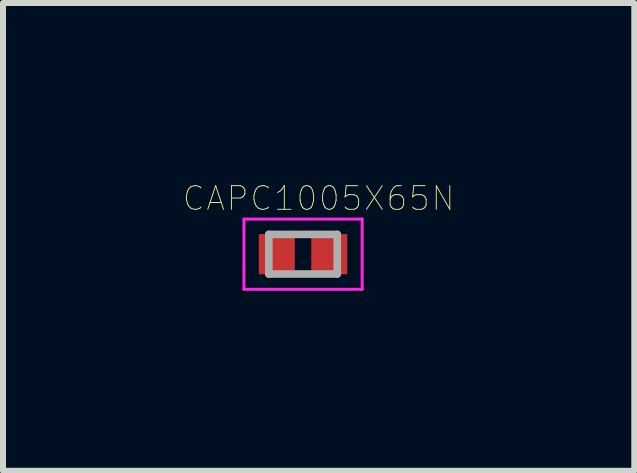
<source format=kicad_pcb>
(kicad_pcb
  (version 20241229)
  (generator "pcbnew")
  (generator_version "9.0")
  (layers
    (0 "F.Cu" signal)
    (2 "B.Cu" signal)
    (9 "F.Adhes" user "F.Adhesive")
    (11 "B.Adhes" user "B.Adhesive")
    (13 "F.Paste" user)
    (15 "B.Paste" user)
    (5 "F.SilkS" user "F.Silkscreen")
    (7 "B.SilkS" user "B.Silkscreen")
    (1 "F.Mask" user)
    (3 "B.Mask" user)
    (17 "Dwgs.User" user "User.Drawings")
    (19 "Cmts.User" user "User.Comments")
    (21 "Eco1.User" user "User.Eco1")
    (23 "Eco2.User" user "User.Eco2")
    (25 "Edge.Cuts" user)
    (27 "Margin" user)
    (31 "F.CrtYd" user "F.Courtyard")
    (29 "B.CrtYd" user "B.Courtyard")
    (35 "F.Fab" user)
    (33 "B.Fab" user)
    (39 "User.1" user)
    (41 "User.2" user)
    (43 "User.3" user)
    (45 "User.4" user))
  (footprint "CAPC1005X65N"
    (layer "F.Cu")
    (at 2.001 1.187)
    (property "Reference" "CAPC1005X65N" (at 0.26 -0.93 0) (layer "F.SilkS") (effects (font (size 0.394 0.394) (thickness 0.015))))
    (attr through_hole)
    (fp_line (start -0.985 -0.585) (end 0.985 -0.585) (stroke (width 0.05) (type solid)) (layer "F.CrtYd"))
    (fp_line (start -0.985 0.585) (end -0.985 -0.585) (stroke (width 0.05) (type solid)) (layer "F.CrtYd"))
    (fp_line (start -0.985 0.585) (end 0.985 0.585) (stroke (width 0.05) (type solid)) (layer "F.CrtYd"))
    (fp_line (start 0.985 0.585) (end 0.985 -0.585) (stroke (width 0.05) (type solid)) (layer "F.CrtYd"))
    (fp_line (start -0.57 0.33) (end -0.57 -0.33) (stroke (width 0.127) (type solid)) (layer "F.Fab"))
    (fp_line (start 0.57 -0.33) (end -0.57 -0.33) (stroke (width 0.127) (type solid)) (layer "F.Fab"))
    (fp_line (start 0.57 0.33) (end -0.57 0.33) (stroke (width 0.127) (type solid)) (layer "F.Fab"))
    (fp_line (start 0.57 0.33) (end 0.57 -0.33) (stroke (width 0.127) (type solid)) (layer "F.Fab"))
    (pad "1" smd rect (at -0.437 0) (size 0.6 0.67) (layers "F.Cu" "F.Mask" "F.Paste"))
    (pad "2" smd rect (at 0.437 0) (size 0.6 0.67) (layers "F.Cu" "F.Mask" "F.Paste")))
  (gr_rect
    (start -3 -3)
    (end 7.522 4.797)
    (stroke (width 0.1) (type default))
    (fill no)
    (layer "Edge.Cuts")))
</source>
